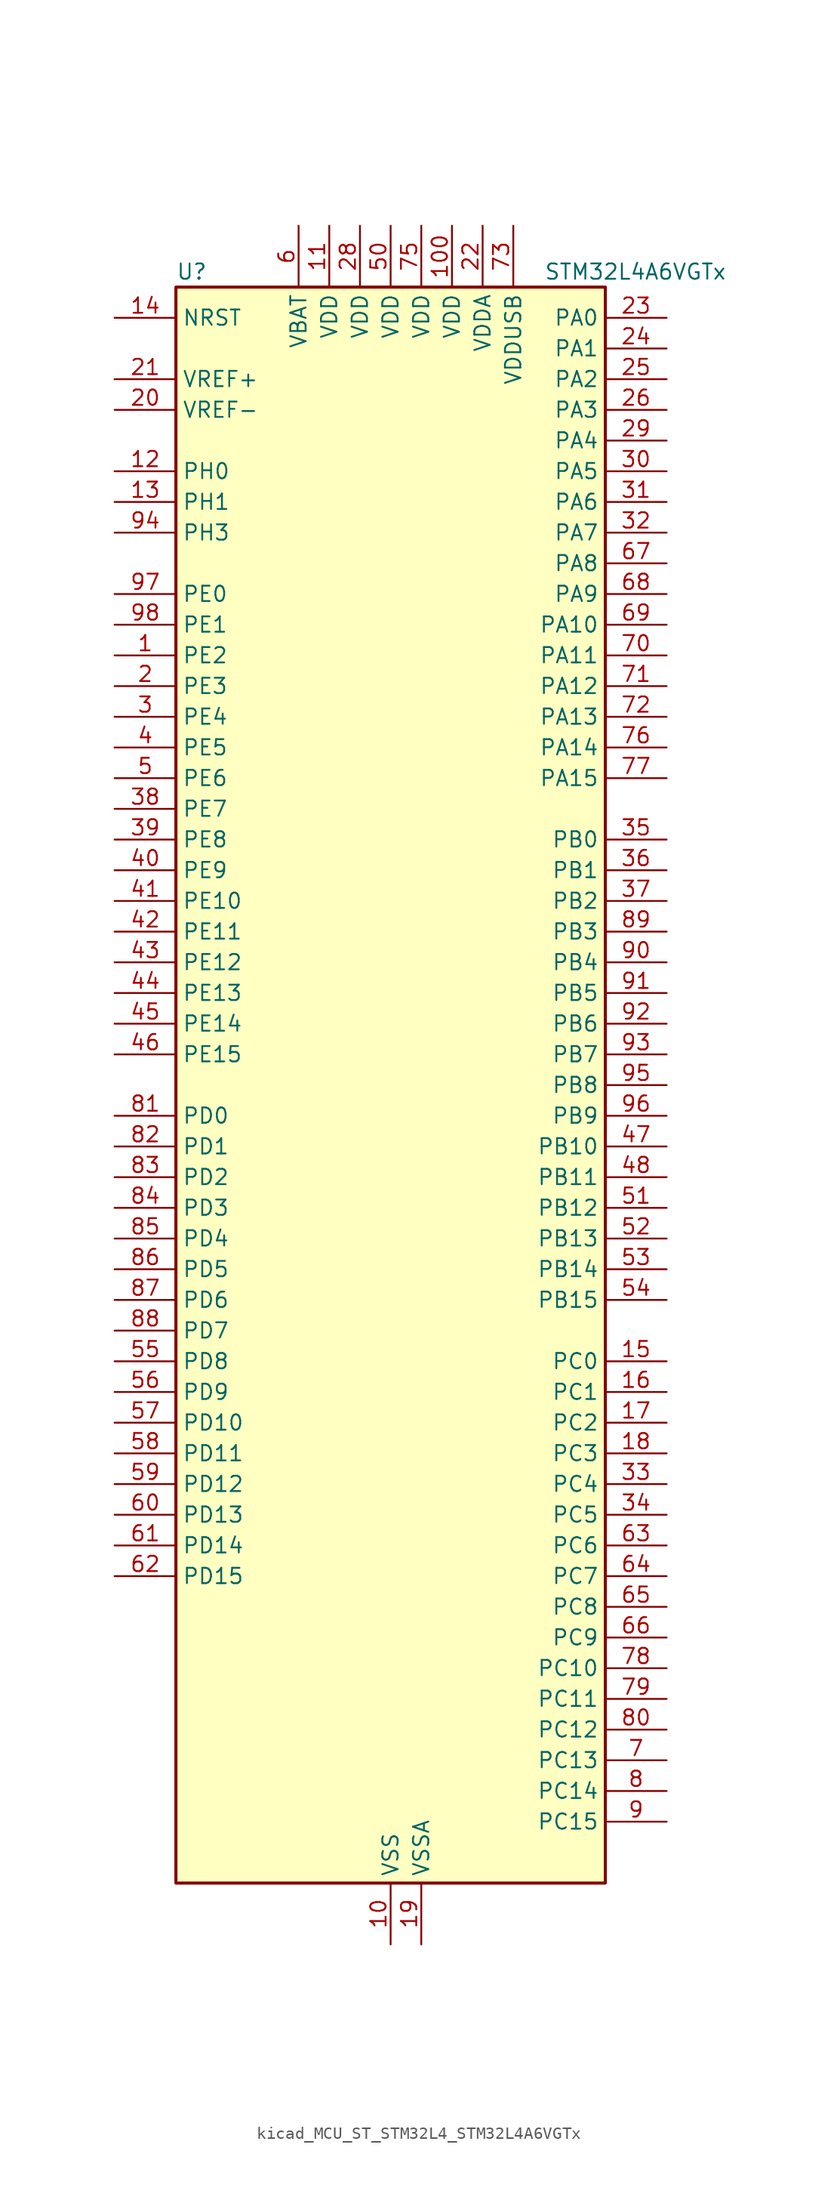
<source format=kicad_sym>
(kicad_symbol_lib
  (version 20220914)
  (generator kicad_symbol_editor)
  (symbol "kicad_MCU_ST_STM32L4_STM32L4A6VGTx"
    (property "Reference" "U"
      (at -17.78 67.31 0)
      (effects (font (size 1.27 1.27)) (justify left)))
    (property "Value" "STM32L4A6VGTx"
      (at 12.7 67.31 0)
      (effects (font (size 1.27 1.27)) (justify left)))
    (property "ki_locked" ""
      (at 0 0 0)
      (effects (font (size 1.27 1.27))))
    (symbol "kicad_MCU_ST_STM32L4_STM32L4A6VGTx_0_1"
      (rectangle (start -17.78 -66.04) (end 17.78 66.04) (stroke (width 0.254) (type default)) (fill (type background))))
    (symbol "kicad_MCU_ST_STM32L4_STM32L4A6VGTx_1_1"
      (pin bidirectional line (at -22.86 35.56 0) (length 5.08) (name "PE2" (effects (font (size 1.27 1.27)))) (number "1" (effects (font (size 1.27 1.27)))) (alternate "FMC_A23" bidirectional line) (alternate "LCD_SEG38" bidirectional line) (alternate "SAI1_MCLK_A" bidirectional line) (alternate "SYS_TRACECLK" bidirectional line) (alternate "TIM3_ETR" bidirectional line) (alternate "TSC_G7_IO1" bidirectional line))
      (pin power_in line (at 0 -71.12 90) (length 5.08) (name "VSS" (effects (font (size 1.27 1.27)))) (number "10" (effects (font (size 1.27 1.27)))))
      (pin power_in line (at 5.08 71.12 270) (length 5.08) (name "VDD" (effects (font (size 1.27 1.27)))) (number "100" (effects (font (size 1.27 1.27)))))
      (pin power_in line (at -5.08 71.12 270) (length 5.08) (name "VDD" (effects (font (size 1.27 1.27)))) (number "11" (effects (font (size 1.27 1.27)))))
      (pin bidirectional line (at -22.86 50.8 0) (length 5.08) (name "PH0" (effects (font (size 1.27 1.27)))) (number "12" (effects (font (size 1.27 1.27)))) (alternate "RCC_OSC_IN" bidirectional line))
      (pin bidirectional line (at -22.86 48.26 0) (length 5.08) (name "PH1" (effects (font (size 1.27 1.27)))) (number "13" (effects (font (size 1.27 1.27)))) (alternate "RCC_OSC_OUT" bidirectional line))
      (pin input line (at -22.86 63.5 0) (length 5.08) (name "NRST" (effects (font (size 1.27 1.27)))) (number "14" (effects (font (size 1.27 1.27)))))
      (pin bidirectional line (at 22.86 -22.86 180) (length 5.08) (name "PC0" (effects (font (size 1.27 1.27)))) (number "15" (effects (font (size 1.27 1.27)))) (alternate "ADC1_IN1" bidirectional line) (alternate "ADC2_IN1" bidirectional line) (alternate "ADC3_IN1" bidirectional line) (alternate "DFSDM1_DATIN4" bidirectional line) (alternate "I2C3_SCL" bidirectional line) (alternate "I2C4_SCL" bidirectional line) (alternate "LCD_SEG18" bidirectional line) (alternate "LPTIM1_IN1" bidirectional line) (alternate "LPTIM2_IN1" bidirectional line) (alternate "LPUART1_RX" bidirectional line))
      (pin bidirectional line (at 22.86 -25.4 180) (length 5.08) (name "PC1" (effects (font (size 1.27 1.27)))) (number "16" (effects (font (size 1.27 1.27)))) (alternate "ADC1_IN2" bidirectional line) (alternate "ADC2_IN2" bidirectional line) (alternate "ADC3_IN2" bidirectional line) (alternate "DFSDM1_CKIN4" bidirectional line) (alternate "I2C3_SDA" bidirectional line) (alternate "I2C4_SDA" bidirectional line) (alternate "LCD_SEG19" bidirectional line) (alternate "LPTIM1_OUT" bidirectional line) (alternate "LPUART1_TX" bidirectional line) (alternate "QUADSPI_BK2_IO0" bidirectional line) (alternate "SAI1_SD_A" bidirectional line) (alternate "SPI2_MOSI" bidirectional line) (alternate "SYS_TRACED0" bidirectional line))
      (pin bidirectional line (at 22.86 -27.94 180) (length 5.08) (name "PC2" (effects (font (size 1.27 1.27)))) (number "17" (effects (font (size 1.27 1.27)))) (alternate "ADC1_IN3" bidirectional line) (alternate "ADC2_IN3" bidirectional line) (alternate "ADC3_IN3" bidirectional line) (alternate "DFSDM1_CKOUT" bidirectional line) (alternate "LCD_SEG20" bidirectional line) (alternate "LPTIM1_IN2" bidirectional line) (alternate "QUADSPI_BK2_IO1" bidirectional line) (alternate "SPI2_MISO" bidirectional line))
      (pin bidirectional line (at 22.86 -30.48 180) (length 5.08) (name "PC3" (effects (font (size 1.27 1.27)))) (number "18" (effects (font (size 1.27 1.27)))) (alternate "ADC1_IN4" bidirectional line) (alternate "ADC2_IN4" bidirectional line) (alternate "ADC3_IN4" bidirectional line) (alternate "LCD_VLCD" bidirectional line) (alternate "LPTIM1_ETR" bidirectional line) (alternate "LPTIM2_ETR" bidirectional line) (alternate "QUADSPI_BK2_IO2" bidirectional line) (alternate "SAI1_SD_A" bidirectional line) (alternate "SPI2_MOSI" bidirectional line))
      (pin power_in line (at 2.54 -71.12 90) (length 5.08) (name "VSSA" (effects (font (size 1.27 1.27)))) (number "19" (effects (font (size 1.27 1.27)))))
      (pin bidirectional line (at -22.86 33.02 0) (length 5.08) (name "PE3" (effects (font (size 1.27 1.27)))) (number "2" (effects (font (size 1.27 1.27)))) (alternate "FMC_A19" bidirectional line) (alternate "LCD_SEG39" bidirectional line) (alternate "SAI1_SD_B" bidirectional line) (alternate "SYS_TRACED0" bidirectional line) (alternate "TIM3_CH1" bidirectional line) (alternate "TSC_G7_IO2" bidirectional line))
      (pin input line (at -22.86 55.88 0) (length 5.08) (name "VREF-" (effects (font (size 1.27 1.27)))) (number "20" (effects (font (size 1.27 1.27)))))
      (pin input line (at -22.86 58.42 0) (length 5.08) (name "VREF+" (effects (font (size 1.27 1.27)))) (number "21" (effects (font (size 1.27 1.27)))) (alternate "VREFBUF_OUT" bidirectional line))
      (pin power_in line (at 7.62 71.12 270) (length 5.08) (name "VDDA" (effects (font (size 1.27 1.27)))) (number "22" (effects (font (size 1.27 1.27)))))
      (pin bidirectional line (at 22.86 63.5 180) (length 5.08) (name "PA0" (effects (font (size 1.27 1.27)))) (number "23" (effects (font (size 1.27 1.27)))) (alternate "ADC1_IN5" bidirectional line) (alternate "ADC2_IN5" bidirectional line) (alternate "OPAMP1_VINP" bidirectional line) (alternate "RTC_TAMP2" bidirectional line) (alternate "SAI1_EXTCLK" bidirectional line) (alternate "SYS_WKUP1" bidirectional line) (alternate "TIM2_CH1" bidirectional line) (alternate "TIM2_ETR" bidirectional line) (alternate "TIM5_CH1" bidirectional line) (alternate "TIM8_ETR" bidirectional line) (alternate "UART4_TX" bidirectional line) (alternate "USART2_CTS" bidirectional line))
      (pin bidirectional line (at 22.86 60.96 180) (length 5.08) (name "PA1" (effects (font (size 1.27 1.27)))) (number "24" (effects (font (size 1.27 1.27)))) (alternate "ADC1_IN6" bidirectional line) (alternate "ADC2_IN6" bidirectional line) (alternate "I2C1_SMBA" bidirectional line) (alternate "LCD_SEG0" bidirectional line) (alternate "OPAMP1_VINM" bidirectional line) (alternate "SPI1_SCK" bidirectional line) (alternate "TIM15_CH1N" bidirectional line) (alternate "TIM2_CH2" bidirectional line) (alternate "TIM5_CH2" bidirectional line) (alternate "UART4_RX" bidirectional line) (alternate "USART2_DE" bidirectional line) (alternate "USART2_RTS" bidirectional line))
      (pin bidirectional line (at 22.86 58.42 180) (length 5.08) (name "PA2" (effects (font (size 1.27 1.27)))) (number "25" (effects (font (size 1.27 1.27)))) (alternate "ADC1_IN7" bidirectional line) (alternate "ADC2_IN7" bidirectional line) (alternate "LCD_SEG1" bidirectional line) (alternate "LPUART1_TX" bidirectional line) (alternate "QUADSPI_BK1_NCS" bidirectional line) (alternate "RCC_LSCO" bidirectional line) (alternate "SAI2_EXTCLK" bidirectional line) (alternate "SYS_WKUP4" bidirectional line) (alternate "TIM15_CH1" bidirectional line) (alternate "TIM2_CH3" bidirectional line) (alternate "TIM5_CH3" bidirectional line) (alternate "USART2_TX" bidirectional line))
      (pin bidirectional line (at 22.86 55.88 180) (length 5.08) (name "PA3" (effects (font (size 1.27 1.27)))) (number "26" (effects (font (size 1.27 1.27)))) (alternate "ADC1_IN8" bidirectional line) (alternate "ADC2_IN8" bidirectional line) (alternate "LCD_SEG2" bidirectional line) (alternate "LPUART1_RX" bidirectional line) (alternate "OPAMP1_VOUT" bidirectional line) (alternate "QUADSPI_CLK" bidirectional line) (alternate "SAI1_MCLK_A" bidirectional line) (alternate "TIM15_CH2" bidirectional line) (alternate "TIM2_CH4" bidirectional line) (alternate "TIM5_CH4" bidirectional line) (alternate "USART2_RX" bidirectional line))
      (pin passive line (at 0 -71.12 90) (length 5.08) hide (name "VSS" (effects (font (size 1.27 1.27)))) (number "27" (effects (font (size 1.27 1.27)))))
      (pin power_in line (at -2.54 71.12 270) (length 5.08) (name "VDD" (effects (font (size 1.27 1.27)))) (number "28" (effects (font (size 1.27 1.27)))))
      (pin bidirectional line (at 22.86 53.34 180) (length 5.08) (name "PA4" (effects (font (size 1.27 1.27)))) (number "29" (effects (font (size 1.27 1.27)))) (alternate "ADC1_IN9" bidirectional line) (alternate "ADC2_IN9" bidirectional line) (alternate "DAC1_OUT1" bidirectional line) (alternate "DCMI_HSYNC" bidirectional line) (alternate "LPTIM2_OUT" bidirectional line) (alternate "SAI1_FS_B" bidirectional line) (alternate "SPI1_NSS" bidirectional line) (alternate "SPI3_NSS" bidirectional line) (alternate "USART2_CK" bidirectional line))
      (pin bidirectional line (at -22.86 30.48 0) (length 5.08) (name "PE4" (effects (font (size 1.27 1.27)))) (number "3" (effects (font (size 1.27 1.27)))) (alternate "DCMI_D4" bidirectional line) (alternate "DFSDM1_DATIN3" bidirectional line) (alternate "FMC_A20" bidirectional line) (alternate "SAI1_FS_A" bidirectional line) (alternate "SYS_TRACED1" bidirectional line) (alternate "TIM3_CH2" bidirectional line) (alternate "TSC_G7_IO3" bidirectional line))
      (pin bidirectional line (at 22.86 50.8 180) (length 5.08) (name "PA5" (effects (font (size 1.27 1.27)))) (number "30" (effects (font (size 1.27 1.27)))) (alternate "ADC1_IN10" bidirectional line) (alternate "ADC2_IN10" bidirectional line) (alternate "DAC1_OUT2" bidirectional line) (alternate "LPTIM2_ETR" bidirectional line) (alternate "SPI1_SCK" bidirectional line) (alternate "TIM2_CH1" bidirectional line) (alternate "TIM2_ETR" bidirectional line) (alternate "TIM8_CH1N" bidirectional line))
      (pin bidirectional line (at 22.86 48.26 180) (length 5.08) (name "PA6" (effects (font (size 1.27 1.27)))) (number "31" (effects (font (size 1.27 1.27)))) (alternate "ADC1_IN11" bidirectional line) (alternate "ADC2_IN11" bidirectional line) (alternate "DCMI_PIXCLK" bidirectional line) (alternate "LCD_SEG3" bidirectional line) (alternate "LPUART1_CTS" bidirectional line) (alternate "OPAMP2_VINP" bidirectional line) (alternate "QUADSPI_BK1_IO3" bidirectional line) (alternate "SPI1_MISO" bidirectional line) (alternate "TIM16_CH1" bidirectional line) (alternate "TIM1_BKIN" bidirectional line) (alternate "TIM1_BKIN_COMP2" bidirectional line) (alternate "TIM3_CH1" bidirectional line) (alternate "TIM8_BKIN" bidirectional line) (alternate "TIM8_BKIN_COMP2" bidirectional line) (alternate "USART3_CTS" bidirectional line))
      (pin bidirectional line (at 22.86 45.72 180) (length 5.08) (name "PA7" (effects (font (size 1.27 1.27)))) (number "32" (effects (font (size 1.27 1.27)))) (alternate "ADC1_IN12" bidirectional line) (alternate "ADC2_IN12" bidirectional line) (alternate "I2C3_SCL" bidirectional line) (alternate "LCD_SEG4" bidirectional line) (alternate "OPAMP2_VINM" bidirectional line) (alternate "QUADSPI_BK1_IO2" bidirectional line) (alternate "SPI1_MOSI" bidirectional line) (alternate "TIM17_CH1" bidirectional line) (alternate "TIM1_CH1N" bidirectional line) (alternate "TIM3_CH2" bidirectional line) (alternate "TIM8_CH1N" bidirectional line))
      (pin bidirectional line (at 22.86 -33.02 180) (length 5.08) (name "PC4" (effects (font (size 1.27 1.27)))) (number "33" (effects (font (size 1.27 1.27)))) (alternate "ADC1_IN13" bidirectional line) (alternate "ADC2_IN13" bidirectional line) (alternate "COMP1_INM" bidirectional line) (alternate "LCD_SEG22" bidirectional line) (alternate "QUADSPI_BK2_IO3" bidirectional line) (alternate "USART3_TX" bidirectional line))
      (pin bidirectional line (at 22.86 -35.56 180) (length 5.08) (name "PC5" (effects (font (size 1.27 1.27)))) (number "34" (effects (font (size 1.27 1.27)))) (alternate "ADC1_IN14" bidirectional line) (alternate "ADC2_IN14" bidirectional line) (alternate "COMP1_INP" bidirectional line) (alternate "LCD_SEG23" bidirectional line) (alternate "SYS_WKUP5" bidirectional line) (alternate "USART3_RX" bidirectional line))
      (pin bidirectional line (at 22.86 20.32 180) (length 5.08) (name "PB0" (effects (font (size 1.27 1.27)))) (number "35" (effects (font (size 1.27 1.27)))) (alternate "ADC1_IN15" bidirectional line) (alternate "ADC2_IN15" bidirectional line) (alternate "COMP1_OUT" bidirectional line) (alternate "LCD_SEG5" bidirectional line) (alternate "OPAMP2_VOUT" bidirectional line) (alternate "QUADSPI_BK1_IO1" bidirectional line) (alternate "SAI1_EXTCLK" bidirectional line) (alternate "SPI1_NSS" bidirectional line) (alternate "TIM1_CH2N" bidirectional line) (alternate "TIM3_CH3" bidirectional line) (alternate "TIM8_CH2N" bidirectional line) (alternate "USART3_CK" bidirectional line))
      (pin bidirectional line (at 22.86 17.78 180) (length 5.08) (name "PB1" (effects (font (size 1.27 1.27)))) (number "36" (effects (font (size 1.27 1.27)))) (alternate "ADC1_IN16" bidirectional line) (alternate "ADC2_IN16" bidirectional line) (alternate "COMP1_INM" bidirectional line) (alternate "DFSDM1_DATIN0" bidirectional line) (alternate "LCD_SEG6" bidirectional line) (alternate "LPTIM2_IN1" bidirectional line) (alternate "LPUART1_DE" bidirectional line) (alternate "LPUART1_RTS" bidirectional line) (alternate "QUADSPI_BK1_IO0" bidirectional line) (alternate "TIM1_CH3N" bidirectional line) (alternate "TIM3_CH4" bidirectional line) (alternate "TIM8_CH3N" bidirectional line) (alternate "USART3_DE" bidirectional line) (alternate "USART3_RTS" bidirectional line))
      (pin bidirectional line (at 22.86 15.24 180) (length 5.08) (name "PB2" (effects (font (size 1.27 1.27)))) (number "37" (effects (font (size 1.27 1.27)))) (alternate "COMP1_INP" bidirectional line) (alternate "DFSDM1_CKIN0" bidirectional line) (alternate "I2C3_SMBA" bidirectional line) (alternate "LCD_VLCD" bidirectional line) (alternate "LPTIM1_OUT" bidirectional line) (alternate "RTC_OUT_ALARM" bidirectional line) (alternate "RTC_OUT_CALIB" bidirectional line))
      (pin bidirectional line (at -22.86 22.86 0) (length 5.08) (name "PE7" (effects (font (size 1.27 1.27)))) (number "38" (effects (font (size 1.27 1.27)))) (alternate "DFSDM1_DATIN2" bidirectional line) (alternate "FMC_D4" bidirectional line) (alternate "FMC_DA4" bidirectional line) (alternate "SAI1_SD_B" bidirectional line) (alternate "TIM1_ETR" bidirectional line))
      (pin bidirectional line (at -22.86 20.32 0) (length 5.08) (name "PE8" (effects (font (size 1.27 1.27)))) (number "39" (effects (font (size 1.27 1.27)))) (alternate "DFSDM1_CKIN2" bidirectional line) (alternate "FMC_D5" bidirectional line) (alternate "FMC_DA5" bidirectional line) (alternate "SAI1_SCK_B" bidirectional line) (alternate "TIM1_CH1N" bidirectional line))
      (pin bidirectional line (at -22.86 27.94 0) (length 5.08) (name "PE5" (effects (font (size 1.27 1.27)))) (number "4" (effects (font (size 1.27 1.27)))) (alternate "DCMI_D6" bidirectional line) (alternate "DFSDM1_CKIN3" bidirectional line) (alternate "FMC_A21" bidirectional line) (alternate "SAI1_SCK_A" bidirectional line) (alternate "SYS_TRACED2" bidirectional line) (alternate "TIM3_CH3" bidirectional line) (alternate "TSC_G7_IO4" bidirectional line))
      (pin bidirectional line (at -22.86 17.78 0) (length 5.08) (name "PE9" (effects (font (size 1.27 1.27)))) (number "40" (effects (font (size 1.27 1.27)))) (alternate "DAC1_EXTI9" bidirectional line) (alternate "DFSDM1_CKOUT" bidirectional line) (alternate "FMC_D6" bidirectional line) (alternate "FMC_DA6" bidirectional line) (alternate "SAI1_FS_B" bidirectional line) (alternate "TIM1_CH1" bidirectional line))
      (pin bidirectional line (at -22.86 15.24 0) (length 5.08) (name "PE10" (effects (font (size 1.27 1.27)))) (number "41" (effects (font (size 1.27 1.27)))) (alternate "DFSDM1_DATIN4" bidirectional line) (alternate "FMC_D7" bidirectional line) (alternate "FMC_DA7" bidirectional line) (alternate "QUADSPI_CLK" bidirectional line) (alternate "SAI1_MCLK_B" bidirectional line) (alternate "TIM1_CH2N" bidirectional line) (alternate "TSC_G5_IO1" bidirectional line))
      (pin bidirectional line (at -22.86 12.7 0) (length 5.08) (name "PE11" (effects (font (size 1.27 1.27)))) (number "42" (effects (font (size 1.27 1.27)))) (alternate "ADC1_EXTI11" bidirectional line) (alternate "ADC2_EXTI11" bidirectional line) (alternate "ADC3_EXTI11" bidirectional line) (alternate "DFSDM1_CKIN4" bidirectional line) (alternate "FMC_D8" bidirectional line) (alternate "FMC_DA8" bidirectional line) (alternate "QUADSPI_BK1_NCS" bidirectional line) (alternate "TIM1_CH2" bidirectional line) (alternate "TSC_G5_IO2" bidirectional line))
      (pin bidirectional line (at -22.86 10.16 0) (length 5.08) (name "PE12" (effects (font (size 1.27 1.27)))) (number "43" (effects (font (size 1.27 1.27)))) (alternate "DFSDM1_DATIN5" bidirectional line) (alternate "FMC_D9" bidirectional line) (alternate "FMC_DA9" bidirectional line) (alternate "QUADSPI_BK1_IO0" bidirectional line) (alternate "SPI1_NSS" bidirectional line) (alternate "TIM1_CH3N" bidirectional line) (alternate "TSC_G5_IO3" bidirectional line))
      (pin bidirectional line (at -22.86 7.62 0) (length 5.08) (name "PE13" (effects (font (size 1.27 1.27)))) (number "44" (effects (font (size 1.27 1.27)))) (alternate "DFSDM1_CKIN5" bidirectional line) (alternate "FMC_D10" bidirectional line) (alternate "FMC_DA10" bidirectional line) (alternate "QUADSPI_BK1_IO1" bidirectional line) (alternate "SPI1_SCK" bidirectional line) (alternate "TIM1_CH3" bidirectional line) (alternate "TSC_G5_IO4" bidirectional line))
      (pin bidirectional line (at -22.86 5.08 0) (length 5.08) (name "PE14" (effects (font (size 1.27 1.27)))) (number "45" (effects (font (size 1.27 1.27)))) (alternate "FMC_D11" bidirectional line) (alternate "FMC_DA11" bidirectional line) (alternate "QUADSPI_BK1_IO2" bidirectional line) (alternate "SPI1_MISO" bidirectional line) (alternate "TIM1_BKIN2" bidirectional line) (alternate "TIM1_BKIN2_COMP2" bidirectional line) (alternate "TIM1_CH4" bidirectional line))
      (pin bidirectional line (at -22.86 2.54 0) (length 5.08) (name "PE15" (effects (font (size 1.27 1.27)))) (number "46" (effects (font (size 1.27 1.27)))) (alternate "ADC1_EXTI15" bidirectional line) (alternate "ADC2_EXTI15" bidirectional line) (alternate "ADC3_EXTI15" bidirectional line) (alternate "FMC_D12" bidirectional line) (alternate "FMC_DA12" bidirectional line) (alternate "QUADSPI_BK1_IO3" bidirectional line) (alternate "SPI1_MOSI" bidirectional line) (alternate "TIM1_BKIN" bidirectional line) (alternate "TIM1_BKIN_COMP1" bidirectional line))
      (pin bidirectional line (at 22.86 -5.08 180) (length 5.08) (name "PB10" (effects (font (size 1.27 1.27)))) (number "47" (effects (font (size 1.27 1.27)))) (alternate "COMP1_OUT" bidirectional line) (alternate "DFSDM1_DATIN7" bidirectional line) (alternate "I2C2_SCL" bidirectional line) (alternate "I2C4_SCL" bidirectional line) (alternate "LCD_SEG10" bidirectional line) (alternate "LPUART1_RX" bidirectional line) (alternate "QUADSPI_CLK" bidirectional line) (alternate "SAI1_SCK_A" bidirectional line) (alternate "SPI2_SCK" bidirectional line) (alternate "TIM2_CH3" bidirectional line) (alternate "TSC_SYNC" bidirectional line) (alternate "USART3_TX" bidirectional line))
      (pin bidirectional line (at 22.86 -7.62 180) (length 5.08) (name "PB11" (effects (font (size 1.27 1.27)))) (number "48" (effects (font (size 1.27 1.27)))) (alternate "ADC1_EXTI11" bidirectional line) (alternate "ADC2_EXTI11" bidirectional line) (alternate "ADC3_EXTI11" bidirectional line) (alternate "COMP2_OUT" bidirectional line) (alternate "DFSDM1_CKIN7" bidirectional line) (alternate "I2C2_SDA" bidirectional line) (alternate "I2C4_SDA" bidirectional line) (alternate "LCD_SEG11" bidirectional line) (alternate "LPUART1_TX" bidirectional line) (alternate "QUADSPI_BK1_NCS" bidirectional line) (alternate "TIM2_CH4" bidirectional line) (alternate "USART3_RX" bidirectional line))
      (pin passive line (at 0 -71.12 90) (length 5.08) hide (name "VSS" (effects (font (size 1.27 1.27)))) (number "49" (effects (font (size 1.27 1.27)))))
      (pin bidirectional line (at -22.86 25.4 0) (length 5.08) (name "PE6" (effects (font (size 1.27 1.27)))) (number "5" (effects (font (size 1.27 1.27)))) (alternate "DCMI_D7" bidirectional line) (alternate "FMC_A22" bidirectional line) (alternate "RTC_TAMP3" bidirectional line) (alternate "SAI1_SD_A" bidirectional line) (alternate "SYS_TRACED3" bidirectional line) (alternate "SYS_WKUP3" bidirectional line) (alternate "TIM3_CH4" bidirectional line))
      (pin power_in line (at 0 71.12 270) (length 5.08) (name "VDD" (effects (font (size 1.27 1.27)))) (number "50" (effects (font (size 1.27 1.27)))))
      (pin bidirectional line (at 22.86 -10.16 180) (length 5.08) (name "PB12" (effects (font (size 1.27 1.27)))) (number "51" (effects (font (size 1.27 1.27)))) (alternate "CAN2_RX" bidirectional line) (alternate "DFSDM1_DATIN1" bidirectional line) (alternate "I2C2_SMBA" bidirectional line) (alternate "LCD_SEG12" bidirectional line) (alternate "LPUART1_DE" bidirectional line) (alternate "LPUART1_RTS" bidirectional line) (alternate "SAI2_FS_A" bidirectional line) (alternate "SPI2_NSS" bidirectional line) (alternate "SWPMI1_IO" bidirectional line) (alternate "TIM15_BKIN" bidirectional line) (alternate "TIM1_BKIN" bidirectional line) (alternate "TIM1_BKIN_COMP2" bidirectional line) (alternate "TSC_G1_IO1" bidirectional line) (alternate "USART3_CK" bidirectional line))
      (pin bidirectional line (at 22.86 -12.7 180) (length 5.08) (name "PB13" (effects (font (size 1.27 1.27)))) (number "52" (effects (font (size 1.27 1.27)))) (alternate "CAN2_TX" bidirectional line) (alternate "DFSDM1_CKIN1" bidirectional line) (alternate "I2C2_SCL" bidirectional line) (alternate "LCD_SEG13" bidirectional line) (alternate "LPUART1_CTS" bidirectional line) (alternate "SAI2_SCK_A" bidirectional line) (alternate "SPI2_SCK" bidirectional line) (alternate "SWPMI1_TX" bidirectional line) (alternate "TIM15_CH1N" bidirectional line) (alternate "TIM1_CH1N" bidirectional line) (alternate "TSC_G1_IO2" bidirectional line) (alternate "USART3_CTS" bidirectional line))
      (pin bidirectional line (at 22.86 -15.24 180) (length 5.08) (name "PB14" (effects (font (size 1.27 1.27)))) (number "53" (effects (font (size 1.27 1.27)))) (alternate "DFSDM1_DATIN2" bidirectional line) (alternate "I2C2_SDA" bidirectional line) (alternate "LCD_SEG14" bidirectional line) (alternate "SAI2_MCLK_A" bidirectional line) (alternate "SPI2_MISO" bidirectional line) (alternate "SWPMI1_RX" bidirectional line) (alternate "TIM15_CH1" bidirectional line) (alternate "TIM1_CH2N" bidirectional line) (alternate "TIM8_CH2N" bidirectional line) (alternate "TSC_G1_IO3" bidirectional line) (alternate "USART3_DE" bidirectional line) (alternate "USART3_RTS" bidirectional line))
      (pin bidirectional line (at 22.86 -17.78 180) (length 5.08) (name "PB15" (effects (font (size 1.27 1.27)))) (number "54" (effects (font (size 1.27 1.27)))) (alternate "ADC1_EXTI15" bidirectional line) (alternate "ADC2_EXTI15" bidirectional line) (alternate "ADC3_EXTI15" bidirectional line) (alternate "DFSDM1_CKIN2" bidirectional line) (alternate "LCD_SEG15" bidirectional line) (alternate "RTC_REFIN" bidirectional line) (alternate "SAI2_SD_A" bidirectional line) (alternate "SPI2_MOSI" bidirectional line) (alternate "SWPMI1_SUSPEND" bidirectional line) (alternate "TIM15_CH2" bidirectional line) (alternate "TIM1_CH3N" bidirectional line) (alternate "TIM8_CH3N" bidirectional line) (alternate "TSC_G1_IO4" bidirectional line))
      (pin bidirectional line (at -22.86 -22.86 0) (length 5.08) (name "PD8" (effects (font (size 1.27 1.27)))) (number "55" (effects (font (size 1.27 1.27)))) (alternate "DCMI_HSYNC" bidirectional line) (alternate "FMC_D13" bidirectional line) (alternate "FMC_DA13" bidirectional line) (alternate "LCD_SEG28" bidirectional line) (alternate "USART3_TX" bidirectional line))
      (pin bidirectional line (at -22.86 -25.4 0) (length 5.08) (name "PD9" (effects (font (size 1.27 1.27)))) (number "56" (effects (font (size 1.27 1.27)))) (alternate "DAC1_EXTI9" bidirectional line) (alternate "DCMI_PIXCLK" bidirectional line) (alternate "FMC_D14" bidirectional line) (alternate "FMC_DA14" bidirectional line) (alternate "LCD_SEG29" bidirectional line) (alternate "SAI2_MCLK_A" bidirectional line) (alternate "USART3_RX" bidirectional line))
      (pin bidirectional line (at -22.86 -27.94 0) (length 5.08) (name "PD10" (effects (font (size 1.27 1.27)))) (number "57" (effects (font (size 1.27 1.27)))) (alternate "FMC_D15" bidirectional line) (alternate "FMC_DA15" bidirectional line) (alternate "LCD_SEG30" bidirectional line) (alternate "SAI2_SCK_A" bidirectional line) (alternate "TSC_G6_IO1" bidirectional line) (alternate "USART3_CK" bidirectional line))
      (pin bidirectional line (at -22.86 -30.48 0) (length 5.08) (name "PD11" (effects (font (size 1.27 1.27)))) (number "58" (effects (font (size 1.27 1.27)))) (alternate "ADC1_EXTI11" bidirectional line) (alternate "ADC2_EXTI11" bidirectional line) (alternate "ADC3_EXTI11" bidirectional line) (alternate "FMC_A16" bidirectional line) (alternate "FMC_CLE" bidirectional line) (alternate "I2C4_SMBA" bidirectional line) (alternate "LCD_SEG31" bidirectional line) (alternate "LPTIM2_ETR" bidirectional line) (alternate "SAI2_SD_A" bidirectional line) (alternate "TSC_G6_IO2" bidirectional line) (alternate "USART3_CTS" bidirectional line))
      (pin bidirectional line (at -22.86 -33.02 0) (length 5.08) (name "PD12" (effects (font (size 1.27 1.27)))) (number "59" (effects (font (size 1.27 1.27)))) (alternate "FMC_A17" bidirectional line) (alternate "FMC_ALE" bidirectional line) (alternate "I2C4_SCL" bidirectional line) (alternate "LCD_SEG32" bidirectional line) (alternate "LPTIM2_IN1" bidirectional line) (alternate "SAI2_FS_A" bidirectional line) (alternate "TIM4_CH1" bidirectional line) (alternate "TSC_G6_IO3" bidirectional line) (alternate "USART3_DE" bidirectional line) (alternate "USART3_RTS" bidirectional line))
      (pin power_in line (at -7.62 71.12 270) (length 5.08) (name "VBAT" (effects (font (size 1.27 1.27)))) (number "6" (effects (font (size 1.27 1.27)))))
      (pin bidirectional line (at -22.86 -35.56 0) (length 5.08) (name "PD13" (effects (font (size 1.27 1.27)))) (number "60" (effects (font (size 1.27 1.27)))) (alternate "FMC_A18" bidirectional line) (alternate "I2C4_SDA" bidirectional line) (alternate "LCD_SEG33" bidirectional line) (alternate "LPTIM2_OUT" bidirectional line) (alternate "TIM4_CH2" bidirectional line) (alternate "TSC_G6_IO4" bidirectional line))
      (pin bidirectional line (at -22.86 -38.1 0) (length 5.08) (name "PD14" (effects (font (size 1.27 1.27)))) (number "61" (effects (font (size 1.27 1.27)))) (alternate "FMC_D0" bidirectional line) (alternate "FMC_DA0" bidirectional line) (alternate "LCD_SEG34" bidirectional line) (alternate "TIM4_CH3" bidirectional line))
      (pin bidirectional line (at -22.86 -40.64 0) (length 5.08) (name "PD15" (effects (font (size 1.27 1.27)))) (number "62" (effects (font (size 1.27 1.27)))) (alternate "ADC1_EXTI15" bidirectional line) (alternate "ADC2_EXTI15" bidirectional line) (alternate "ADC3_EXTI15" bidirectional line) (alternate "FMC_D1" bidirectional line) (alternate "FMC_DA1" bidirectional line) (alternate "LCD_SEG35" bidirectional line) (alternate "TIM4_CH4" bidirectional line))
      (pin bidirectional line (at 22.86 -38.1 180) (length 5.08) (name "PC6" (effects (font (size 1.27 1.27)))) (number "63" (effects (font (size 1.27 1.27)))) (alternate "DCMI_D0" bidirectional line) (alternate "DFSDM1_CKIN3" bidirectional line) (alternate "LCD_SEG24" bidirectional line) (alternate "SAI2_MCLK_A" bidirectional line) (alternate "SDMMC1_D6" bidirectional line) (alternate "TIM3_CH1" bidirectional line) (alternate "TIM8_CH1" bidirectional line) (alternate "TSC_G4_IO1" bidirectional line))
      (pin bidirectional line (at 22.86 -40.64 180) (length 5.08) (name "PC7" (effects (font (size 1.27 1.27)))) (number "64" (effects (font (size 1.27 1.27)))) (alternate "DCMI_D1" bidirectional line) (alternate "DFSDM1_DATIN3" bidirectional line) (alternate "LCD_SEG25" bidirectional line) (alternate "SAI2_MCLK_B" bidirectional line) (alternate "SDMMC1_D7" bidirectional line) (alternate "TIM3_CH2" bidirectional line) (alternate "TIM8_CH2" bidirectional line) (alternate "TSC_G4_IO2" bidirectional line))
      (pin bidirectional line (at 22.86 -43.18 180) (length 5.08) (name "PC8" (effects (font (size 1.27 1.27)))) (number "65" (effects (font (size 1.27 1.27)))) (alternate "DCMI_D2" bidirectional line) (alternate "LCD_SEG26" bidirectional line) (alternate "SDMMC1_D0" bidirectional line) (alternate "TIM3_CH3" bidirectional line) (alternate "TIM8_CH3" bidirectional line) (alternate "TSC_G4_IO3" bidirectional line))
      (pin bidirectional line (at 22.86 -45.72 180) (length 5.08) (name "PC9" (effects (font (size 1.27 1.27)))) (number "66" (effects (font (size 1.27 1.27)))) (alternate "DAC1_EXTI9" bidirectional line) (alternate "DCMI_D3" bidirectional line) (alternate "I2C3_SDA" bidirectional line) (alternate "LCD_SEG27" bidirectional line) (alternate "SAI2_EXTCLK" bidirectional line) (alternate "SDMMC1_D1" bidirectional line) (alternate "TIM3_CH4" bidirectional line) (alternate "TIM8_BKIN2" bidirectional line) (alternate "TIM8_BKIN2_COMP1" bidirectional line) (alternate "TIM8_CH4" bidirectional line) (alternate "TSC_G4_IO4" bidirectional line) (alternate "USB_OTG_FS_NOE" bidirectional line))
      (pin bidirectional line (at 22.86 43.18 180) (length 5.08) (name "PA8" (effects (font (size 1.27 1.27)))) (number "67" (effects (font (size 1.27 1.27)))) (alternate "LCD_COM0" bidirectional line) (alternate "LPTIM2_OUT" bidirectional line) (alternate "RCC_MCO" bidirectional line) (alternate "SAI1_SCK_A" bidirectional line) (alternate "SWPMI1_IO" bidirectional line) (alternate "TIM1_CH1" bidirectional line) (alternate "USART1_CK" bidirectional line) (alternate "USB_OTG_FS_SOF" bidirectional line))
      (pin bidirectional line (at 22.86 40.64 180) (length 5.08) (name "PA9" (effects (font (size 1.27 1.27)))) (number "68" (effects (font (size 1.27 1.27)))) (alternate "DAC1_EXTI9" bidirectional line) (alternate "DCMI_D0" bidirectional line) (alternate "LCD_COM1" bidirectional line) (alternate "SAI1_FS_A" bidirectional line) (alternate "SPI2_SCK" bidirectional line) (alternate "TIM15_BKIN" bidirectional line) (alternate "TIM1_CH2" bidirectional line) (alternate "USART1_TX" bidirectional line) (alternate "USB_OTG_FS_VBUS" bidirectional line))
      (pin bidirectional line (at 22.86 38.1 180) (length 5.08) (name "PA10" (effects (font (size 1.27 1.27)))) (number "69" (effects (font (size 1.27 1.27)))) (alternate "DCMI_D1" bidirectional line) (alternate "LCD_COM2" bidirectional line) (alternate "SAI1_SD_A" bidirectional line) (alternate "TIM17_BKIN" bidirectional line) (alternate "TIM1_CH3" bidirectional line) (alternate "USART1_RX" bidirectional line) (alternate "USB_OTG_FS_ID" bidirectional line))
      (pin bidirectional line (at 22.86 -55.88 180) (length 5.08) (name "PC13" (effects (font (size 1.27 1.27)))) (number "7" (effects (font (size 1.27 1.27)))) (alternate "RTC_OUT_ALARM" bidirectional line) (alternate "RTC_OUT_CALIB" bidirectional line) (alternate "RTC_TAMP1" bidirectional line) (alternate "RTC_TS" bidirectional line) (alternate "SYS_WKUP2" bidirectional line))
      (pin bidirectional line (at 22.86 35.56 180) (length 5.08) (name "PA11" (effects (font (size 1.27 1.27)))) (number "70" (effects (font (size 1.27 1.27)))) (alternate "ADC1_EXTI11" bidirectional line) (alternate "ADC2_EXTI11" bidirectional line) (alternate "ADC3_EXTI11" bidirectional line) (alternate "CAN1_RX" bidirectional line) (alternate "SPI1_MISO" bidirectional line) (alternate "TIM1_BKIN2" bidirectional line) (alternate "TIM1_BKIN2_COMP1" bidirectional line) (alternate "TIM1_CH4" bidirectional line) (alternate "USART1_CTS" bidirectional line) (alternate "USB_OTG_FS_DM" bidirectional line))
      (pin bidirectional line (at 22.86 33.02 180) (length 5.08) (name "PA12" (effects (font (size 1.27 1.27)))) (number "71" (effects (font (size 1.27 1.27)))) (alternate "CAN1_TX" bidirectional line) (alternate "SPI1_MOSI" bidirectional line) (alternate "TIM1_ETR" bidirectional line) (alternate "USART1_DE" bidirectional line) (alternate "USART1_RTS" bidirectional line) (alternate "USB_OTG_FS_DP" bidirectional line))
      (pin bidirectional line (at 22.86 30.48 180) (length 5.08) (name "PA13" (effects (font (size 1.27 1.27)))) (number "72" (effects (font (size 1.27 1.27)))) (alternate "IR_OUT" bidirectional line) (alternate "SAI1_SD_B" bidirectional line) (alternate "SWPMI1_TX" bidirectional line) (alternate "SYS_JTMS-SWDIO" bidirectional line) (alternate "USB_OTG_FS_NOE" bidirectional line))
      (pin power_in line (at 10.16 71.12 270) (length 5.08) (name "VDDUSB" (effects (font (size 1.27 1.27)))) (number "73" (effects (font (size 1.27 1.27)))))
      (pin passive line (at 0 -71.12 90) (length 5.08) hide (name "VSS" (effects (font (size 1.27 1.27)))) (number "74" (effects (font (size 1.27 1.27)))))
      (pin power_in line (at 2.54 71.12 270) (length 5.08) (name "VDD" (effects (font (size 1.27 1.27)))) (number "75" (effects (font (size 1.27 1.27)))))
      (pin bidirectional line (at 22.86 27.94 180) (length 5.08) (name "PA14" (effects (font (size 1.27 1.27)))) (number "76" (effects (font (size 1.27 1.27)))) (alternate "I2C1_SMBA" bidirectional line) (alternate "I2C4_SMBA" bidirectional line) (alternate "LPTIM1_OUT" bidirectional line) (alternate "SAI1_FS_B" bidirectional line) (alternate "SWPMI1_RX" bidirectional line) (alternate "SYS_JTCK-SWCLK" bidirectional line) (alternate "USB_OTG_FS_SOF" bidirectional line))
      (pin bidirectional line (at 22.86 25.4 180) (length 5.08) (name "PA15" (effects (font (size 1.27 1.27)))) (number "77" (effects (font (size 1.27 1.27)))) (alternate "ADC1_EXTI15" bidirectional line) (alternate "ADC2_EXTI15" bidirectional line) (alternate "ADC3_EXTI15" bidirectional line) (alternate "LCD_SEG17" bidirectional line) (alternate "SAI2_FS_B" bidirectional line) (alternate "SPI1_NSS" bidirectional line) (alternate "SPI3_NSS" bidirectional line) (alternate "SWPMI1_SUSPEND" bidirectional line) (alternate "SYS_JTDI" bidirectional line) (alternate "TIM2_CH1" bidirectional line) (alternate "TIM2_ETR" bidirectional line) (alternate "TSC_G3_IO1" bidirectional line) (alternate "UART4_DE" bidirectional line) (alternate "UART4_RTS" bidirectional line) (alternate "USART2_RX" bidirectional line) (alternate "USART3_DE" bidirectional line) (alternate "USART3_RTS" bidirectional line))
      (pin bidirectional line (at 22.86 -48.26 180) (length 5.08) (name "PC10" (effects (font (size 1.27 1.27)))) (number "78" (effects (font (size 1.27 1.27)))) (alternate "DCMI_D8" bidirectional line) (alternate "LCD_COM4" bidirectional line) (alternate "LCD_SEG28" bidirectional line) (alternate "LCD_SEG40" bidirectional line) (alternate "SAI2_SCK_B" bidirectional line) (alternate "SDMMC1_D2" bidirectional line) (alternate "SPI3_SCK" bidirectional line) (alternate "SYS_TRACED1" bidirectional line) (alternate "TSC_G3_IO2" bidirectional line) (alternate "UART4_TX" bidirectional line) (alternate "USART3_TX" bidirectional line))
      (pin bidirectional line (at 22.86 -50.8 180) (length 5.08) (name "PC11" (effects (font (size 1.27 1.27)))) (number "79" (effects (font (size 1.27 1.27)))) (alternate "ADC1_EXTI11" bidirectional line) (alternate "ADC2_EXTI11" bidirectional line) (alternate "ADC3_EXTI11" bidirectional line) (alternate "DCMI_D4" bidirectional line) (alternate "LCD_COM5" bidirectional line) (alternate "LCD_SEG29" bidirectional line) (alternate "LCD_SEG41" bidirectional line) (alternate "QUADSPI_BK2_NCS" bidirectional line) (alternate "SAI2_MCLK_B" bidirectional line) (alternate "SDMMC1_D3" bidirectional line) (alternate "SPI3_MISO" bidirectional line) (alternate "TSC_G3_IO3" bidirectional line) (alternate "UART4_RX" bidirectional line) (alternate "USART3_RX" bidirectional line))
      (pin bidirectional line (at 22.86 -58.42 180) (length 5.08) (name "PC14" (effects (font (size 1.27 1.27)))) (number "8" (effects (font (size 1.27 1.27)))) (alternate "RCC_OSC32_IN" bidirectional line))
      (pin bidirectional line (at 22.86 -53.34 180) (length 5.08) (name "PC12" (effects (font (size 1.27 1.27)))) (number "80" (effects (font (size 1.27 1.27)))) (alternate "DCMI_D9" bidirectional line) (alternate "LCD_COM6" bidirectional line) (alternate "LCD_SEG30" bidirectional line) (alternate "LCD_SEG42" bidirectional line) (alternate "SAI2_SD_B" bidirectional line) (alternate "SDMMC1_CK" bidirectional line) (alternate "SPI3_MOSI" bidirectional line) (alternate "SYS_TRACED3" bidirectional line) (alternate "TSC_G3_IO4" bidirectional line) (alternate "UART5_TX" bidirectional line) (alternate "USART3_CK" bidirectional line))
      (pin bidirectional line (at -22.86 -2.54 0) (length 5.08) (name "PD0" (effects (font (size 1.27 1.27)))) (number "81" (effects (font (size 1.27 1.27)))) (alternate "CAN1_RX" bidirectional line) (alternate "DFSDM1_DATIN7" bidirectional line) (alternate "FMC_D2" bidirectional line) (alternate "FMC_DA2" bidirectional line) (alternate "SPI2_NSS" bidirectional line))
      (pin bidirectional line (at -22.86 -5.08 0) (length 5.08) (name "PD1" (effects (font (size 1.27 1.27)))) (number "82" (effects (font (size 1.27 1.27)))) (alternate "CAN1_TX" bidirectional line) (alternate "DFSDM1_CKIN7" bidirectional line) (alternate "FMC_D3" bidirectional line) (alternate "FMC_DA3" bidirectional line) (alternate "SPI2_SCK" bidirectional line))
      (pin bidirectional line (at -22.86 -7.62 0) (length 5.08) (name "PD2" (effects (font (size 1.27 1.27)))) (number "83" (effects (font (size 1.27 1.27)))) (alternate "DCMI_D11" bidirectional line) (alternate "LCD_COM7" bidirectional line) (alternate "LCD_SEG31" bidirectional line) (alternate "LCD_SEG43" bidirectional line) (alternate "SDMMC1_CMD" bidirectional line) (alternate "SYS_TRACED2" bidirectional line) (alternate "TIM3_ETR" bidirectional line) (alternate "TSC_SYNC" bidirectional line) (alternate "UART5_RX" bidirectional line) (alternate "USART3_DE" bidirectional line) (alternate "USART3_RTS" bidirectional line))
      (pin bidirectional line (at -22.86 -10.16 0) (length 5.08) (name "PD3" (effects (font (size 1.27 1.27)))) (number "84" (effects (font (size 1.27 1.27)))) (alternate "DCMI_D5" bidirectional line) (alternate "DFSDM1_DATIN0" bidirectional line) (alternate "FMC_CLK" bidirectional line) (alternate "QUADSPI_BK2_NCS" bidirectional line) (alternate "SPI2_MISO" bidirectional line) (alternate "SPI2_SCK" bidirectional line) (alternate "USART2_CTS" bidirectional line))
      (pin bidirectional line (at -22.86 -12.7 0) (length 5.08) (name "PD4" (effects (font (size 1.27 1.27)))) (number "85" (effects (font (size 1.27 1.27)))) (alternate "DFSDM1_CKIN0" bidirectional line) (alternate "FMC_NOE" bidirectional line) (alternate "QUADSPI_BK2_IO0" bidirectional line) (alternate "SPI2_MOSI" bidirectional line) (alternate "USART2_DE" bidirectional line) (alternate "USART2_RTS" bidirectional line))
      (pin bidirectional line (at -22.86 -15.24 0) (length 5.08) (name "PD5" (effects (font (size 1.27 1.27)))) (number "86" (effects (font (size 1.27 1.27)))) (alternate "FMC_NWE" bidirectional line) (alternate "QUADSPI_BK2_IO1" bidirectional line) (alternate "USART2_TX" bidirectional line))
      (pin bidirectional line (at -22.86 -17.78 0) (length 5.08) (name "PD6" (effects (font (size 1.27 1.27)))) (number "87" (effects (font (size 1.27 1.27)))) (alternate "DCMI_D10" bidirectional line) (alternate "DFSDM1_DATIN1" bidirectional line) (alternate "FMC_NWAIT" bidirectional line) (alternate "QUADSPI_BK2_IO1" bidirectional line) (alternate "QUADSPI_BK2_IO2" bidirectional line) (alternate "SAI1_SD_A" bidirectional line) (alternate "USART2_RX" bidirectional line))
      (pin bidirectional line (at -22.86 -20.32 0) (length 5.08) (name "PD7" (effects (font (size 1.27 1.27)))) (number "88" (effects (font (size 1.27 1.27)))) (alternate "DFSDM1_CKIN1" bidirectional line) (alternate "FMC_NE1" bidirectional line) (alternate "QUADSPI_BK2_IO3" bidirectional line) (alternate "USART2_CK" bidirectional line))
      (pin bidirectional line (at 22.86 12.7 180) (length 5.08) (name "PB3" (effects (font (size 1.27 1.27)))) (number "89" (effects (font (size 1.27 1.27)))) (alternate "COMP2_INM" bidirectional line) (alternate "CRS_SYNC" bidirectional line) (alternate "LCD_SEG7" bidirectional line) (alternate "SAI1_SCK_B" bidirectional line) (alternate "SPI1_SCK" bidirectional line) (alternate "SPI3_SCK" bidirectional line) (alternate "SYS_JTDO-SWO" bidirectional line) (alternate "TIM2_CH2" bidirectional line) (alternate "USART1_DE" bidirectional line) (alternate "USART1_RTS" bidirectional line))
      (pin bidirectional line (at 22.86 -60.96 180) (length 5.08) (name "PC15" (effects (font (size 1.27 1.27)))) (number "9" (effects (font (size 1.27 1.27)))) (alternate "ADC1_EXTI15" bidirectional line) (alternate "ADC2_EXTI15" bidirectional line) (alternate "ADC3_EXTI15" bidirectional line) (alternate "RCC_OSC32_OUT" bidirectional line))
      (pin bidirectional line (at 22.86 10.16 180) (length 5.08) (name "PB4" (effects (font (size 1.27 1.27)))) (number "90" (effects (font (size 1.27 1.27)))) (alternate "COMP2_INP" bidirectional line) (alternate "DCMI_D12" bidirectional line) (alternate "I2C3_SDA" bidirectional line) (alternate "LCD_SEG8" bidirectional line) (alternate "SAI1_MCLK_B" bidirectional line) (alternate "SPI1_MISO" bidirectional line) (alternate "SPI3_MISO" bidirectional line) (alternate "SYS_JTRST" bidirectional line) (alternate "TIM17_BKIN" bidirectional line) (alternate "TIM3_CH1" bidirectional line) (alternate "TSC_G2_IO1" bidirectional line) (alternate "UART5_DE" bidirectional line) (alternate "UART5_RTS" bidirectional line) (alternate "USART1_CTS" bidirectional line))
      (pin bidirectional line (at 22.86 7.62 180) (length 5.08) (name "PB5" (effects (font (size 1.27 1.27)))) (number "91" (effects (font (size 1.27 1.27)))) (alternate "CAN2_RX" bidirectional line) (alternate "COMP2_OUT" bidirectional line) (alternate "DCMI_D10" bidirectional line) (alternate "I2C1_SMBA" bidirectional line) (alternate "LCD_SEG9" bidirectional line) (alternate "LPTIM1_IN1" bidirectional line) (alternate "SAI1_SD_B" bidirectional line) (alternate "SPI1_MOSI" bidirectional line) (alternate "SPI3_MOSI" bidirectional line) (alternate "TIM16_BKIN" bidirectional line) (alternate "TIM3_CH2" bidirectional line) (alternate "TSC_G2_IO2" bidirectional line) (alternate "UART5_CTS" bidirectional line) (alternate "USART1_CK" bidirectional line))
      (pin bidirectional line (at 22.86 5.08 180) (length 5.08) (name "PB6" (effects (font (size 1.27 1.27)))) (number "92" (effects (font (size 1.27 1.27)))) (alternate "CAN2_TX" bidirectional line) (alternate "COMP2_INP" bidirectional line) (alternate "DCMI_D5" bidirectional line) (alternate "DFSDM1_DATIN5" bidirectional line) (alternate "I2C1_SCL" bidirectional line) (alternate "I2C4_SCL" bidirectional line) (alternate "LPTIM1_ETR" bidirectional line) (alternate "SAI1_FS_B" bidirectional line) (alternate "TIM16_CH1N" bidirectional line) (alternate "TIM4_CH1" bidirectional line) (alternate "TIM8_BKIN2" bidirectional line) (alternate "TIM8_BKIN2_COMP2" bidirectional line) (alternate "TSC_G2_IO3" bidirectional line) (alternate "USART1_TX" bidirectional line))
      (pin bidirectional line (at 22.86 2.54 180) (length 5.08) (name "PB7" (effects (font (size 1.27 1.27)))) (number "93" (effects (font (size 1.27 1.27)))) (alternate "COMP2_INM" bidirectional line) (alternate "DCMI_VSYNC" bidirectional line) (alternate "DFSDM1_CKIN5" bidirectional line) (alternate "FMC_NL" bidirectional line) (alternate "I2C1_SDA" bidirectional line) (alternate "I2C4_SDA" bidirectional line) (alternate "LCD_SEG21" bidirectional line) (alternate "LPTIM1_IN2" bidirectional line) (alternate "SYS_PVD_IN" bidirectional line) (alternate "TIM17_CH1N" bidirectional line) (alternate "TIM4_CH2" bidirectional line) (alternate "TIM8_BKIN" bidirectional line) (alternate "TIM8_BKIN_COMP1" bidirectional line) (alternate "TSC_G2_IO4" bidirectional line) (alternate "UART4_CTS" bidirectional line) (alternate "USART1_RX" bidirectional line))
      (pin bidirectional line (at -22.86 45.72 0) (length 5.08) (name "PH3" (effects (font (size 1.27 1.27)))) (number "94" (effects (font (size 1.27 1.27)))))
      (pin bidirectional line (at 22.86 0 180) (length 5.08) (name "PB8" (effects (font (size 1.27 1.27)))) (number "95" (effects (font (size 1.27 1.27)))) (alternate "CAN1_RX" bidirectional line) (alternate "DCMI_D6" bidirectional line) (alternate "DFSDM1_DATIN6" bidirectional line) (alternate "I2C1_SCL" bidirectional line) (alternate "LCD_SEG16" bidirectional line) (alternate "SAI1_MCLK_A" bidirectional line) (alternate "SDMMC1_D4" bidirectional line) (alternate "TIM16_CH1" bidirectional line) (alternate "TIM4_CH3" bidirectional line))
      (pin bidirectional line (at 22.86 -2.54 180) (length 5.08) (name "PB9" (effects (font (size 1.27 1.27)))) (number "96" (effects (font (size 1.27 1.27)))) (alternate "CAN1_TX" bidirectional line) (alternate "DAC1_EXTI9" bidirectional line) (alternate "DCMI_D7" bidirectional line) (alternate "DFSDM1_CKIN6" bidirectional line) (alternate "I2C1_SDA" bidirectional line) (alternate "IR_OUT" bidirectional line) (alternate "LCD_COM3" bidirectional line) (alternate "SAI1_FS_A" bidirectional line) (alternate "SDMMC1_D5" bidirectional line) (alternate "SPI2_NSS" bidirectional line) (alternate "TIM17_CH1" bidirectional line) (alternate "TIM4_CH4" bidirectional line))
      (pin bidirectional line (at -22.86 40.64 0) (length 5.08) (name "PE0" (effects (font (size 1.27 1.27)))) (number "97" (effects (font (size 1.27 1.27)))) (alternate "DCMI_D2" bidirectional line) (alternate "FMC_NBL0" bidirectional line) (alternate "LCD_SEG36" bidirectional line) (alternate "TIM16_CH1" bidirectional line) (alternate "TIM4_ETR" bidirectional line))
      (pin bidirectional line (at -22.86 38.1 0) (length 5.08) (name "PE1" (effects (font (size 1.27 1.27)))) (number "98" (effects (font (size 1.27 1.27)))) (alternate "DCMI_D3" bidirectional line) (alternate "FMC_NBL1" bidirectional line) (alternate "LCD_SEG37" bidirectional line) (alternate "TIM17_CH1" bidirectional line))
      (pin passive line (at 0 -71.12 90) (length 5.08) hide (name "VSS" (effects (font (size 1.27 1.27)))) (number "99" (effects (font (size 1.27 1.27))))))))
</source>
